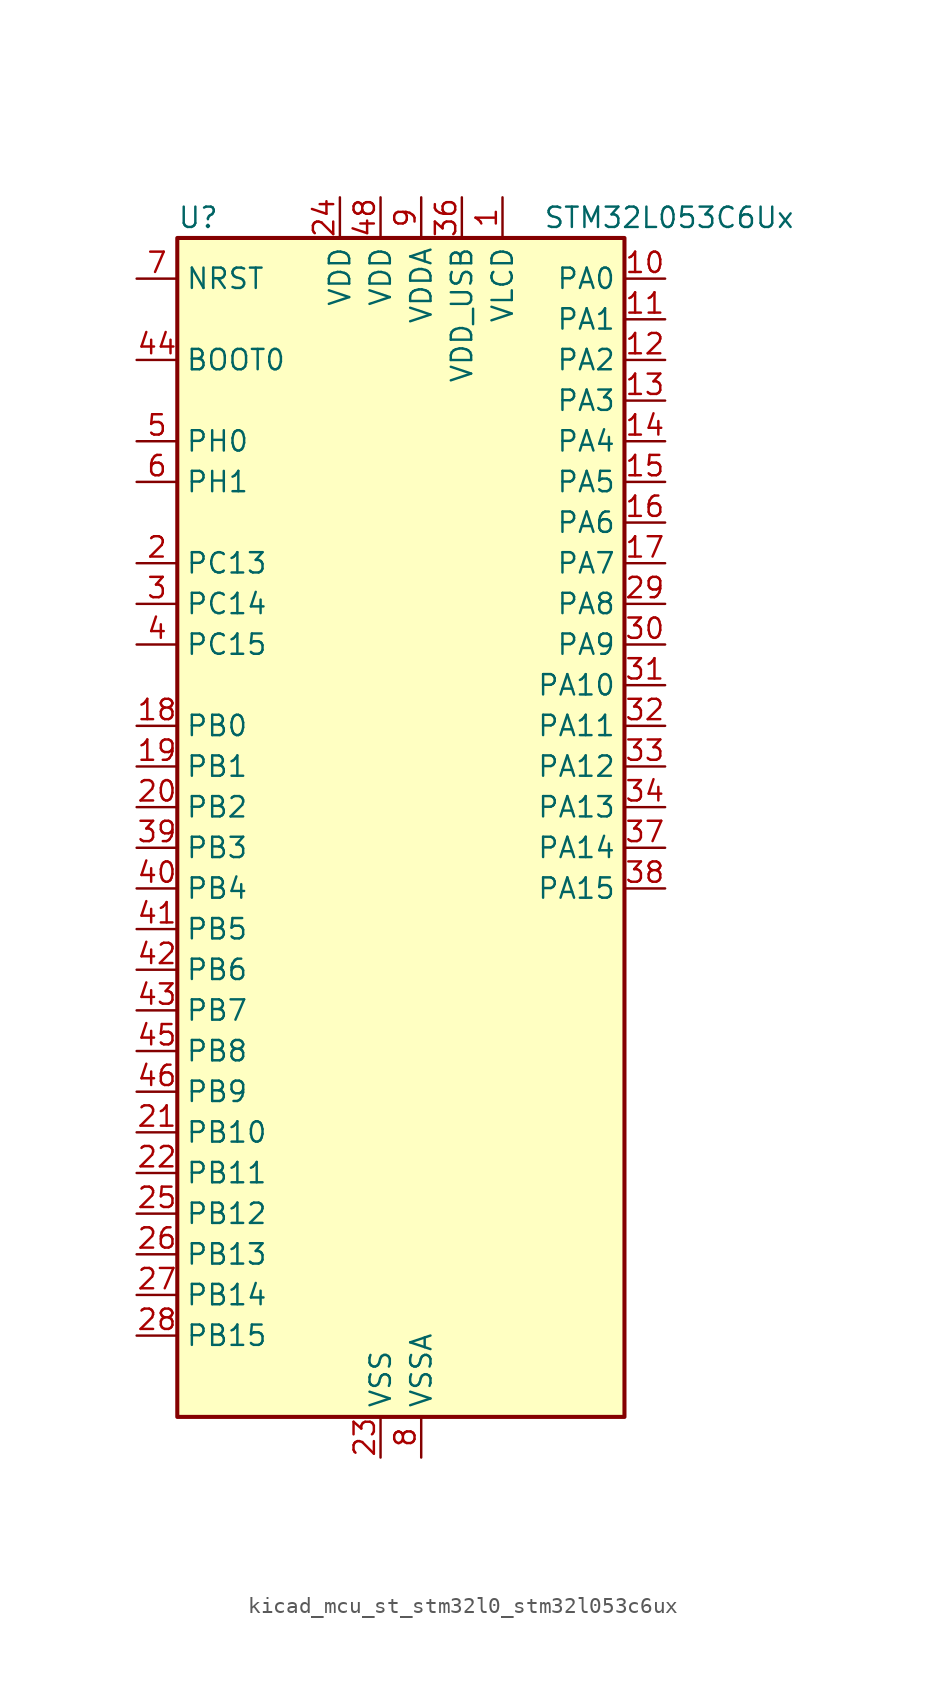
<source format=kicad_sym>
(kicad_symbol_lib
  (version 20220914)
  (generator kicad_symbol_editor)
  (symbol "kicad_mcu_st_stm32l0_stm32l053c6ux"
    (property "Reference" "U"
      (at -12.7 39.37 0)
      (effects (font (size 1.27 1.27)) (justify left)))
    (property "Value" "STM32L053C6Ux"
      (at 10.16 39.37 0)
      (effects (font (size 1.27 1.27)) (justify left)))
    (property "ki_locked" ""
      (at 0 0 0)
      (effects (font (size 1.27 1.27))))
    (symbol "kicad_mcu_st_stm32l0_stm32l053c6ux_0_1"
      (rectangle (start -12.7 -35.56) (end 15.24 38.1) (stroke (width 0.254) (type default)) (fill (type background))))
    (symbol "kicad_mcu_st_stm32l0_stm32l053c6ux_1_1"
      (pin power_in line (at 7.62 40.64 270) (length 2.54) (name "VLCD" (effects (font (size 1.27 1.27)))) (number "1" (effects (font (size 1.27 1.27)))))
      (pin bidirectional line (at 17.78 35.56 180) (length 2.54) (name "PA0" (effects (font (size 1.27 1.27)))) (number "10" (effects (font (size 1.27 1.27)))) (alternate "ADC_IN0" bidirectional line) (alternate "COMP1_INM" bidirectional line) (alternate "COMP1_OUT" bidirectional line) (alternate "RTC_TAMP2" bidirectional line) (alternate "SYS_WKUP1" bidirectional line) (alternate "TIM2_CH1" bidirectional line) (alternate "TIM2_ETR" bidirectional line) (alternate "TSC_G1_IO1" bidirectional line) (alternate "USART2_CTS" bidirectional line))
      (pin bidirectional line (at 17.78 33.02 180) (length 2.54) (name "PA1" (effects (font (size 1.27 1.27)))) (number "11" (effects (font (size 1.27 1.27)))) (alternate "ADC_IN1" bidirectional line) (alternate "COMP1_INP" bidirectional line) (alternate "LCD_SEG0" bidirectional line) (alternate "TIM21_ETR" bidirectional line) (alternate "TIM2_CH2" bidirectional line) (alternate "TSC_G1_IO2" bidirectional line) (alternate "USART2_DE" bidirectional line) (alternate "USART2_RTS" bidirectional line))
      (pin bidirectional line (at 17.78 30.48 180) (length 2.54) (name "PA2" (effects (font (size 1.27 1.27)))) (number "12" (effects (font (size 1.27 1.27)))) (alternate "ADC_IN2" bidirectional line) (alternate "COMP2_INM" bidirectional line) (alternate "COMP2_OUT" bidirectional line) (alternate "LCD_SEG1" bidirectional line) (alternate "TIM21_CH1" bidirectional line) (alternate "TIM2_CH3" bidirectional line) (alternate "TSC_G1_IO3" bidirectional line) (alternate "USART2_TX" bidirectional line))
      (pin bidirectional line (at 17.78 27.94 180) (length 2.54) (name "PA3" (effects (font (size 1.27 1.27)))) (number "13" (effects (font (size 1.27 1.27)))) (alternate "ADC_IN3" bidirectional line) (alternate "COMP2_INP" bidirectional line) (alternate "LCD_SEG2" bidirectional line) (alternate "TIM21_CH2" bidirectional line) (alternate "TIM2_CH4" bidirectional line) (alternate "TSC_G1_IO4" bidirectional line) (alternate "USART2_RX" bidirectional line))
      (pin bidirectional line (at 17.78 25.4 180) (length 2.54) (name "PA4" (effects (font (size 1.27 1.27)))) (number "14" (effects (font (size 1.27 1.27)))) (alternate "ADC_IN4" bidirectional line) (alternate "COMP1_INM" bidirectional line) (alternate "COMP2_INM" bidirectional line) (alternate "DAC_OUT1" bidirectional line) (alternate "SPI1_NSS" bidirectional line) (alternate "TIM22_ETR" bidirectional line) (alternate "TSC_G2_IO1" bidirectional line) (alternate "USART2_CK" bidirectional line))
      (pin bidirectional line (at 17.78 22.86 180) (length 2.54) (name "PA5" (effects (font (size 1.27 1.27)))) (number "15" (effects (font (size 1.27 1.27)))) (alternate "ADC_IN5" bidirectional line) (alternate "COMP1_INM" bidirectional line) (alternate "COMP2_INM" bidirectional line) (alternate "SPI1_SCK" bidirectional line) (alternate "TIM2_CH1" bidirectional line) (alternate "TIM2_ETR" bidirectional line) (alternate "TSC_G2_IO2" bidirectional line))
      (pin bidirectional line (at 17.78 20.32 180) (length 2.54) (name "PA6" (effects (font (size 1.27 1.27)))) (number "16" (effects (font (size 1.27 1.27)))) (alternate "ADC_IN6" bidirectional line) (alternate "COMP1_OUT" bidirectional line) (alternate "LCD_SEG3" bidirectional line) (alternate "LPUART1_CTS" bidirectional line) (alternate "SPI1_MISO" bidirectional line) (alternate "TIM22_CH1" bidirectional line) (alternate "TSC_G2_IO3" bidirectional line))
      (pin bidirectional line (at 17.78 17.78 180) (length 2.54) (name "PA7" (effects (font (size 1.27 1.27)))) (number "17" (effects (font (size 1.27 1.27)))) (alternate "ADC_IN7" bidirectional line) (alternate "COMP2_OUT" bidirectional line) (alternate "LCD_SEG4" bidirectional line) (alternate "SPI1_MOSI" bidirectional line) (alternate "TIM22_CH2" bidirectional line) (alternate "TSC_G2_IO4" bidirectional line))
      (pin bidirectional line (at -15.24 7.62 0) (length 2.54) (name "PB0" (effects (font (size 1.27 1.27)))) (number "18" (effects (font (size 1.27 1.27)))) (alternate "ADC_IN8" bidirectional line) (alternate "LCD_SEG5" bidirectional line) (alternate "LCD_VLCD3" bidirectional line) (alternate "SYS_VREF_OUT_PB0" bidirectional line) (alternate "TSC_G3_IO2" bidirectional line))
      (pin bidirectional line (at -15.24 5.08 0) (length 2.54) (name "PB1" (effects (font (size 1.27 1.27)))) (number "19" (effects (font (size 1.27 1.27)))) (alternate "ADC_IN9" bidirectional line) (alternate "LCD_SEG6" bidirectional line) (alternate "LPUART1_DE" bidirectional line) (alternate "LPUART1_RTS" bidirectional line) (alternate "SYS_VREF_OUT_PB1" bidirectional line) (alternate "TSC_G3_IO3" bidirectional line))
      (pin bidirectional line (at -15.24 17.78 0) (length 2.54) (name "PC13" (effects (font (size 1.27 1.27)))) (number "2" (effects (font (size 1.27 1.27)))) (alternate "RTC_OUT_ALARM" bidirectional line) (alternate "RTC_OUT_CALIB" bidirectional line) (alternate "RTC_TAMP1" bidirectional line) (alternate "RTC_TS" bidirectional line) (alternate "SYS_WKUP2" bidirectional line))
      (pin bidirectional line (at -15.24 2.54 0) (length 2.54) (name "PB2" (effects (font (size 1.27 1.27)))) (number "20" (effects (font (size 1.27 1.27)))) (alternate "LCD_VLCD1" bidirectional line) (alternate "LPTIM1_OUT" bidirectional line) (alternate "TSC_G3_IO4" bidirectional line))
      (pin bidirectional line (at -15.24 -17.78 0) (length 2.54) (name "PB10" (effects (font (size 1.27 1.27)))) (number "21" (effects (font (size 1.27 1.27)))) (alternate "I2C2_SCL" bidirectional line) (alternate "LCD_SEG10" bidirectional line) (alternate "LPUART1_TX" bidirectional line) (alternate "SPI2_SCK" bidirectional line) (alternate "TIM2_CH3" bidirectional line) (alternate "TSC_SYNC" bidirectional line))
      (pin bidirectional line (at -15.24 -20.32 0) (length 2.54) (name "PB11" (effects (font (size 1.27 1.27)))) (number "22" (effects (font (size 1.27 1.27)))) (alternate "ADC_EXTI11" bidirectional line) (alternate "I2C2_SDA" bidirectional line) (alternate "LCD_SEG11" bidirectional line) (alternate "LPUART1_RX" bidirectional line) (alternate "TIM2_CH4" bidirectional line) (alternate "TSC_G6_IO1" bidirectional line))
      (pin power_in line (at 0 -38.1 90) (length 2.54) (name "VSS" (effects (font (size 1.27 1.27)))) (number "23" (effects (font (size 1.27 1.27)))))
      (pin power_in line (at -2.54 40.64 270) (length 2.54) (name "VDD" (effects (font (size 1.27 1.27)))) (number "24" (effects (font (size 1.27 1.27)))))
      (pin bidirectional line (at -15.24 -22.86 0) (length 2.54) (name "PB12" (effects (font (size 1.27 1.27)))) (number "25" (effects (font (size 1.27 1.27)))) (alternate "I2S2_WS" bidirectional line) (alternate "LCD_SEG12" bidirectional line) (alternate "LCD_VLCD2" bidirectional line) (alternate "LPUART1_DE" bidirectional line) (alternate "LPUART1_RTS" bidirectional line) (alternate "SPI2_NSS" bidirectional line) (alternate "TSC_G6_IO2" bidirectional line))
      (pin bidirectional line (at -15.24 -25.4 0) (length 2.54) (name "PB13" (effects (font (size 1.27 1.27)))) (number "26" (effects (font (size 1.27 1.27)))) (alternate "I2C2_SCL" bidirectional line) (alternate "I2S2_CK" bidirectional line) (alternate "LCD_SEG13" bidirectional line) (alternate "LPUART1_CTS" bidirectional line) (alternate "SPI2_SCK" bidirectional line) (alternate "TIM21_CH1" bidirectional line) (alternate "TSC_G6_IO3" bidirectional line))
      (pin bidirectional line (at -15.24 -27.94 0) (length 2.54) (name "PB14" (effects (font (size 1.27 1.27)))) (number "27" (effects (font (size 1.27 1.27)))) (alternate "I2C2_SDA" bidirectional line) (alternate "I2S2_MCK" bidirectional line) (alternate "LCD_SEG14" bidirectional line) (alternate "LPUART1_DE" bidirectional line) (alternate "LPUART1_RTS" bidirectional line) (alternate "RTC_OUT_ALARM" bidirectional line) (alternate "RTC_OUT_CALIB" bidirectional line) (alternate "SPI2_MISO" bidirectional line) (alternate "TIM21_CH2" bidirectional line) (alternate "TSC_G6_IO4" bidirectional line))
      (pin bidirectional line (at -15.24 -30.48 0) (length 2.54) (name "PB15" (effects (font (size 1.27 1.27)))) (number "28" (effects (font (size 1.27 1.27)))) (alternate "I2S2_SD" bidirectional line) (alternate "LCD_SEG15" bidirectional line) (alternate "RTC_REFIN" bidirectional line) (alternate "SPI2_MOSI" bidirectional line))
      (pin bidirectional line (at 17.78 15.24 180) (length 2.54) (name "PA8" (effects (font (size 1.27 1.27)))) (number "29" (effects (font (size 1.27 1.27)))) (alternate "CRS_SYNC" bidirectional line) (alternate "LCD_COM0" bidirectional line) (alternate "RCC_MCO" bidirectional line) (alternate "USART1_CK" bidirectional line))
      (pin bidirectional line (at -15.24 15.24 0) (length 2.54) (name "PC14" (effects (font (size 1.27 1.27)))) (number "3" (effects (font (size 1.27 1.27)))) (alternate "RCC_OSC32_IN" bidirectional line))
      (pin bidirectional line (at 17.78 12.7 180) (length 2.54) (name "PA9" (effects (font (size 1.27 1.27)))) (number "30" (effects (font (size 1.27 1.27)))) (alternate "DAC_EXTI9" bidirectional line) (alternate "LCD_COM1" bidirectional line) (alternate "RCC_MCO" bidirectional line) (alternate "TSC_G4_IO1" bidirectional line) (alternate "USART1_TX" bidirectional line))
      (pin bidirectional line (at 17.78 10.16 180) (length 2.54) (name "PA10" (effects (font (size 1.27 1.27)))) (number "31" (effects (font (size 1.27 1.27)))) (alternate "LCD_COM2" bidirectional line) (alternate "TSC_G4_IO2" bidirectional line) (alternate "USART1_RX" bidirectional line))
      (pin bidirectional line (at 17.78 7.62 180) (length 2.54) (name "PA11" (effects (font (size 1.27 1.27)))) (number "32" (effects (font (size 1.27 1.27)))) (alternate "ADC_EXTI11" bidirectional line) (alternate "COMP1_OUT" bidirectional line) (alternate "SPI1_MISO" bidirectional line) (alternate "TSC_G4_IO3" bidirectional line) (alternate "USART1_CTS" bidirectional line) (alternate "USB_DM" bidirectional line))
      (pin bidirectional line (at 17.78 5.08 180) (length 2.54) (name "PA12" (effects (font (size 1.27 1.27)))) (number "33" (effects (font (size 1.27 1.27)))) (alternate "COMP2_OUT" bidirectional line) (alternate "SPI1_MOSI" bidirectional line) (alternate "TSC_G4_IO4" bidirectional line) (alternate "USART1_DE" bidirectional line) (alternate "USART1_RTS" bidirectional line) (alternate "USB_DP" bidirectional line))
      (pin bidirectional line (at 17.78 2.54 180) (length 2.54) (name "PA13" (effects (font (size 1.27 1.27)))) (number "34" (effects (font (size 1.27 1.27)))) (alternate "SYS_SWDIO" bidirectional line) (alternate "USB_NOE" bidirectional line))
      (pin passive line (at 0 -38.1 90) (length 2.54) hide (name "VSS" (effects (font (size 1.27 1.27)))) (number "35" (effects (font (size 1.27 1.27)))))
      (pin power_in line (at 5.08 40.64 270) (length 2.54) (name "VDD_USB" (effects (font (size 1.27 1.27)))) (number "36" (effects (font (size 1.27 1.27)))))
      (pin bidirectional line (at 17.78 0 180) (length 2.54) (name "PA14" (effects (font (size 1.27 1.27)))) (number "37" (effects (font (size 1.27 1.27)))) (alternate "SYS_SWCLK" bidirectional line) (alternate "USART2_TX" bidirectional line))
      (pin bidirectional line (at 17.78 -2.54 180) (length 2.54) (name "PA15" (effects (font (size 1.27 1.27)))) (number "38" (effects (font (size 1.27 1.27)))) (alternate "LCD_SEG17" bidirectional line) (alternate "SPI1_NSS" bidirectional line) (alternate "TIM2_CH1" bidirectional line) (alternate "TIM2_ETR" bidirectional line) (alternate "USART2_RX" bidirectional line))
      (pin bidirectional line (at -15.24 0 0) (length 2.54) (name "PB3" (effects (font (size 1.27 1.27)))) (number "39" (effects (font (size 1.27 1.27)))) (alternate "COMP2_INM" bidirectional line) (alternate "LCD_SEG7" bidirectional line) (alternate "SPI1_SCK" bidirectional line) (alternate "TIM2_CH2" bidirectional line) (alternate "TSC_G5_IO1" bidirectional line))
      (pin bidirectional line (at -15.24 12.7 0) (length 2.54) (name "PC15" (effects (font (size 1.27 1.27)))) (number "4" (effects (font (size 1.27 1.27)))) (alternate "RCC_OSC32_OUT" bidirectional line))
      (pin bidirectional line (at -15.24 -2.54 0) (length 2.54) (name "PB4" (effects (font (size 1.27 1.27)))) (number "40" (effects (font (size 1.27 1.27)))) (alternate "COMP2_INP" bidirectional line) (alternate "LCD_SEG8" bidirectional line) (alternate "SPI1_MISO" bidirectional line) (alternate "TIM22_CH1" bidirectional line) (alternate "TSC_G5_IO2" bidirectional line))
      (pin bidirectional line (at -15.24 -5.08 0) (length 2.54) (name "PB5" (effects (font (size 1.27 1.27)))) (number "41" (effects (font (size 1.27 1.27)))) (alternate "COMP2_INP" bidirectional line) (alternate "I2C1_SMBA" bidirectional line) (alternate "LCD_SEG9" bidirectional line) (alternate "LPTIM1_IN1" bidirectional line) (alternate "SPI1_MOSI" bidirectional line) (alternate "TIM22_CH2" bidirectional line))
      (pin bidirectional line (at -15.24 -7.62 0) (length 2.54) (name "PB6" (effects (font (size 1.27 1.27)))) (number "42" (effects (font (size 1.27 1.27)))) (alternate "COMP2_INP" bidirectional line) (alternate "I2C1_SCL" bidirectional line) (alternate "LPTIM1_ETR" bidirectional line) (alternate "TSC_G5_IO3" bidirectional line) (alternate "USART1_TX" bidirectional line))
      (pin bidirectional line (at -15.24 -10.16 0) (length 2.54) (name "PB7" (effects (font (size 1.27 1.27)))) (number "43" (effects (font (size 1.27 1.27)))) (alternate "COMP2_INP" bidirectional line) (alternate "I2C1_SDA" bidirectional line) (alternate "LPTIM1_IN2" bidirectional line) (alternate "SYS_PVD_IN" bidirectional line) (alternate "TSC_G5_IO4" bidirectional line) (alternate "USART1_RX" bidirectional line))
      (pin input line (at -15.24 30.48 0) (length 2.54) (name "BOOT0" (effects (font (size 1.27 1.27)))) (number "44" (effects (font (size 1.27 1.27)))))
      (pin bidirectional line (at -15.24 -12.7 0) (length 2.54) (name "PB8" (effects (font (size 1.27 1.27)))) (number "45" (effects (font (size 1.27 1.27)))) (alternate "I2C1_SCL" bidirectional line) (alternate "LCD_SEG16" bidirectional line) (alternate "TSC_SYNC" bidirectional line))
      (pin bidirectional line (at -15.24 -15.24 0) (length 2.54) (name "PB9" (effects (font (size 1.27 1.27)))) (number "46" (effects (font (size 1.27 1.27)))) (alternate "DAC_EXTI9" bidirectional line) (alternate "I2C1_SDA" bidirectional line) (alternate "I2S2_WS" bidirectional line) (alternate "LCD_COM3" bidirectional line) (alternate "SPI2_NSS" bidirectional line))
      (pin passive line (at 0 -38.1 90) (length 2.54) hide (name "VSS" (effects (font (size 1.27 1.27)))) (number "47" (effects (font (size 1.27 1.27)))))
      (pin power_in line (at 0 40.64 270) (length 2.54) (name "VDD" (effects (font (size 1.27 1.27)))) (number "48" (effects (font (size 1.27 1.27)))))
      (pin passive line (at 0 -38.1 90) (length 2.54) hide (name "VSS" (effects (font (size 1.27 1.27)))) (number "49" (effects (font (size 1.27 1.27)))))
      (pin bidirectional line (at -15.24 25.4 0) (length 2.54) (name "PH0" (effects (font (size 1.27 1.27)))) (number "5" (effects (font (size 1.27 1.27)))) (alternate "CRS_SYNC" bidirectional line) (alternate "RCC_OSC_IN" bidirectional line))
      (pin bidirectional line (at -15.24 22.86 0) (length 2.54) (name "PH1" (effects (font (size 1.27 1.27)))) (number "6" (effects (font (size 1.27 1.27)))) (alternate "RCC_OSC_OUT" bidirectional line))
      (pin input line (at -15.24 35.56 0) (length 2.54) (name "NRST" (effects (font (size 1.27 1.27)))) (number "7" (effects (font (size 1.27 1.27)))))
      (pin power_in line (at 2.54 -38.1 90) (length 2.54) (name "VSSA" (effects (font (size 1.27 1.27)))) (number "8" (effects (font (size 1.27 1.27)))))
      (pin power_in line (at 2.54 40.64 270) (length 2.54) (name "VDDA" (effects (font (size 1.27 1.27)))) (number "9" (effects (font (size 1.27 1.27))))))))
</source>
